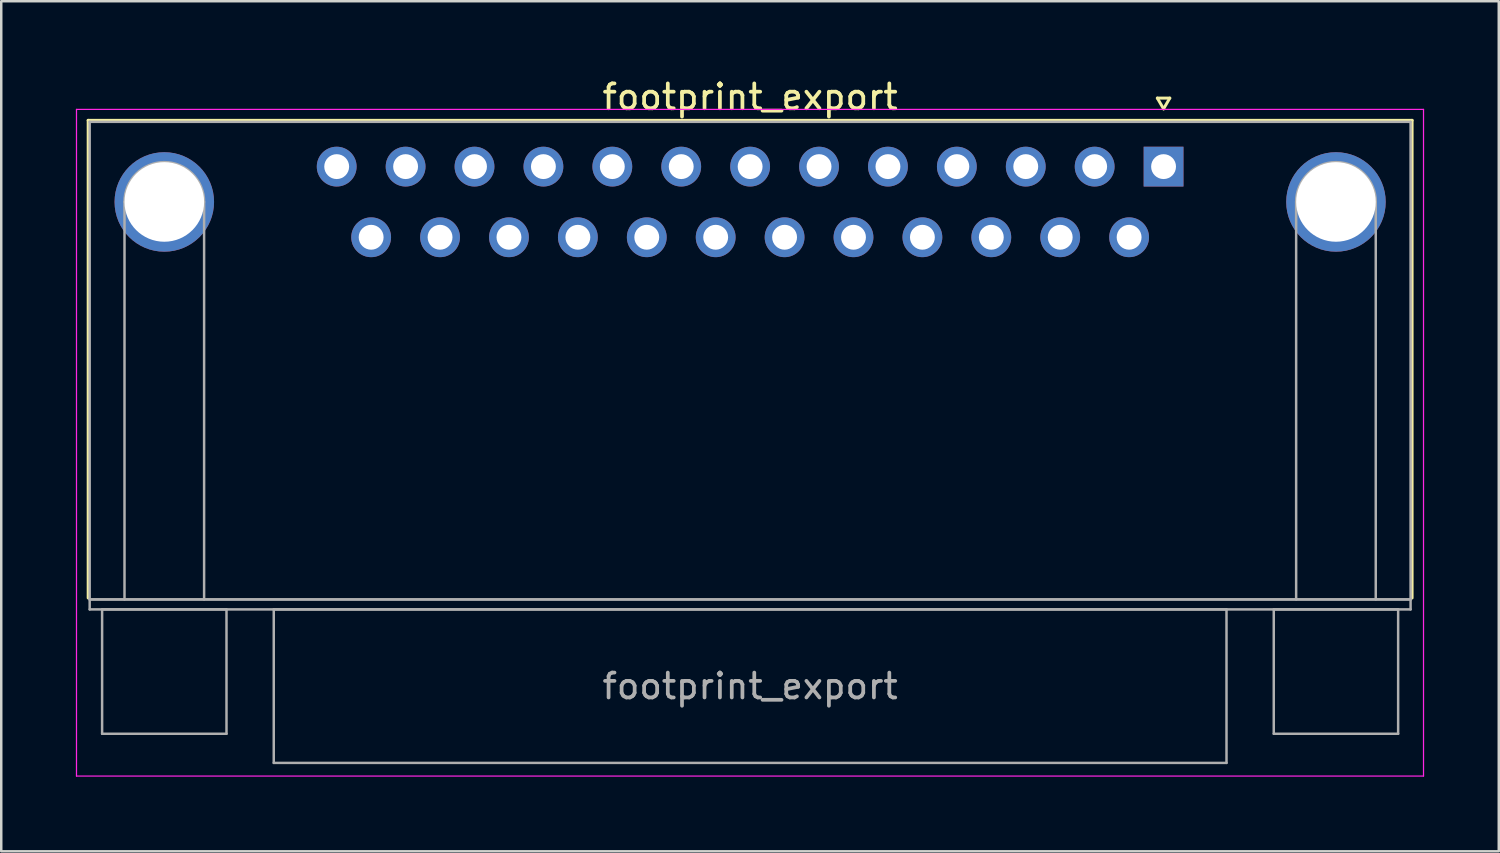
<source format=kicad_pcb>
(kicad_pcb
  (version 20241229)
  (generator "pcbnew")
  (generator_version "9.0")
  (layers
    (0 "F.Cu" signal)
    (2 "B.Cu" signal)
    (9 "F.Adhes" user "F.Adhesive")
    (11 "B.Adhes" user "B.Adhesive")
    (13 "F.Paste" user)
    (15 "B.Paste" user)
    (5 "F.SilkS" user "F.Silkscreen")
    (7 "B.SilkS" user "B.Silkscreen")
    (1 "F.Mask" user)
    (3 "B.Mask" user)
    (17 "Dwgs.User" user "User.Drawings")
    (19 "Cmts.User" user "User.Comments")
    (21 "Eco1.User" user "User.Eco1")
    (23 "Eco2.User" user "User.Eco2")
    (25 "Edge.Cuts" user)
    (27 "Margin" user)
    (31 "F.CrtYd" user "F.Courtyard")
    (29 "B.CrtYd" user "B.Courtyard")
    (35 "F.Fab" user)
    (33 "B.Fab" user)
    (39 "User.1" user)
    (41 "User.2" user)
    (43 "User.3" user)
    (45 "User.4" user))
  (footprint "footprint_export"
    (layer "F.Cu")
    (at 43.725 3.648)
    (property "Reference" "footprint_export" (at -16.62 -2.8 0) (layer "F.SilkS") (effects (font (size 1 1) (thickness 0.15))))
    (attr through_hole)
    (fp_line (start -43.23 -1.86) (end 9.99 -1.86) (stroke (width 0.12) (type solid)) (layer "F.SilkS"))
    (fp_line (start -43.23 17.34) (end -43.23 -1.86) (stroke (width 0.12) (type solid)) (layer "F.SilkS"))
    (fp_line (start -0.25 -2.754) (end 0.25 -2.754) (stroke (width 0.12) (type solid)) (layer "F.SilkS"))
    (fp_line (start 0 -2.321) (end -0.25 -2.754) (stroke (width 0.12) (type solid)) (layer "F.SilkS"))
    (fp_line (start 0.25 -2.754) (end 0 -2.321) (stroke (width 0.12) (type solid)) (layer "F.SilkS"))
    (fp_line (start 9.99 -1.86) (end 9.99 17.34) (stroke (width 0.12) (type solid)) (layer "F.SilkS"))
    (fp_line (start -43.7 -2.3) (end -43.7 24.5) (stroke (width 0.05) (type solid)) (layer "F.CrtYd"))
    (fp_line (start -43.7 24.5) (end 10.45 24.5) (stroke (width 0.05) (type solid)) (layer "F.CrtYd"))
    (fp_line (start 10.45 -2.3) (end -43.7 -2.3) (stroke (width 0.05) (type solid)) (layer "F.CrtYd"))
    (fp_line (start 10.45 24.5) (end 10.45 -2.3) (stroke (width 0.05) (type solid)) (layer "F.CrtYd"))
    (fp_line (start -43.17 -1.8) (end -43.17 17.4) (stroke (width 0.1) (type solid)) (layer "F.Fab"))
    (fp_line (start -43.17 17.4) (end -43.17 17.8) (stroke (width 0.1) (type solid)) (layer "F.Fab"))
    (fp_line (start -43.17 17.4) (end 9.93 17.4) (stroke (width 0.1) (type solid)) (layer "F.Fab"))
    (fp_line (start -43.17 17.8) (end 9.93 17.8) (stroke (width 0.1) (type solid)) (layer "F.Fab"))
    (fp_line (start -42.67 17.8) (end -42.67 22.8) (stroke (width 0.1) (type solid)) (layer "F.Fab"))
    (fp_line (start -42.67 22.8) (end -37.67 22.8) (stroke (width 0.1) (type solid)) (layer "F.Fab"))
    (fp_line (start -41.77 17.4) (end -41.77 1.42) (stroke (width 0.1) (type solid)) (layer "F.Fab"))
    (fp_line (start -38.57 17.4) (end -38.57 1.42) (stroke (width 0.1) (type solid)) (layer "F.Fab"))
    (fp_line (start -37.67 17.8) (end -42.67 17.8) (stroke (width 0.1) (type solid)) (layer "F.Fab"))
    (fp_line (start -37.67 22.8) (end -37.67 17.8) (stroke (width 0.1) (type solid)) (layer "F.Fab"))
    (fp_line (start -35.77 17.8) (end -35.77 23.97) (stroke (width 0.1) (type solid)) (layer "F.Fab"))
    (fp_line (start -35.77 23.97) (end 2.53 23.97) (stroke (width 0.1) (type solid)) (layer "F.Fab"))
    (fp_line (start 2.53 17.8) (end -35.77 17.8) (stroke (width 0.1) (type solid)) (layer "F.Fab"))
    (fp_line (start 2.53 23.97) (end 2.53 17.8) (stroke (width 0.1) (type solid)) (layer "F.Fab"))
    (fp_line (start 4.43 17.8) (end 4.43 22.8) (stroke (width 0.1) (type solid)) (layer "F.Fab"))
    (fp_line (start 4.43 22.8) (end 9.43 22.8) (stroke (width 0.1) (type solid)) (layer "F.Fab"))
    (fp_line (start 5.33 17.4) (end 5.33 1.42) (stroke (width 0.1) (type solid)) (layer "F.Fab"))
    (fp_line (start 8.53 17.4) (end 8.53 1.42) (stroke (width 0.1) (type solid)) (layer "F.Fab"))
    (fp_line (start 9.43 17.8) (end 4.43 17.8) (stroke (width 0.1) (type solid)) (layer "F.Fab"))
    (fp_line (start 9.43 22.8) (end 9.43 17.8) (stroke (width 0.1) (type solid)) (layer "F.Fab"))
    (fp_line (start 9.93 -1.8) (end -43.17 -1.8) (stroke (width 0.1) (type solid)) (layer "F.Fab"))
    (fp_line (start 9.93 17.4) (end -43.17 17.4) (stroke (width 0.1) (type solid)) (layer "F.Fab"))
    (fp_line (start 9.93 17.4) (end 9.93 -1.8) (stroke (width 0.1) (type solid)) (layer "F.Fab"))
    (fp_line (start 9.93 17.8) (end 9.93 17.4) (stroke (width 0.1) (type solid)) (layer "F.Fab"))
    (fp_arc (start -41.77 1.42) (mid -40.17 -0.18) (end -38.57 1.42) (stroke (width 0.1) (type solid)) (layer "F.Fab"))
    (fp_arc (start 5.33 1.42) (mid 6.93 -0.18) (end 8.53 1.42) (stroke (width 0.1) (type solid)) (layer "F.Fab"))
    (fp_text user "${REFERENCE}" (at -16.62 20.885 0) (layer "F.Fab") (effects (font (size 1 1) (thickness 0.15))))
    (pad "0" thru_hole circle (at -40.17 1.42) (size 4 4) (drill 3.2) (layers "*.Cu" "*.Mask"))
    (pad "0" thru_hole circle (at 6.93 1.42) (size 4 4) (drill 3.2) (layers "*.Cu" "*.Mask"))
    (pad "1" thru_hole rect (at 0 0) (size 1.6 1.6) (drill 1) (layers "*.Cu" "*.Mask"))
    (pad "2" thru_hole circle (at -2.77 0) (size 1.6 1.6) (drill 1) (layers "*.Cu" "*.Mask"))
    (pad "3" thru_hole circle (at -5.54 0) (size 1.6 1.6) (drill 1) (layers "*.Cu" "*.Mask"))
    (pad "4" thru_hole circle (at -8.31 0) (size 1.6 1.6) (drill 1) (layers "*.Cu" "*.Mask"))
    (pad "5" thru_hole circle (at -11.08 0) (size 1.6 1.6) (drill 1) (layers "*.Cu" "*.Mask"))
    (pad "6" thru_hole circle (at -13.85 0) (size 1.6 1.6) (drill 1) (layers "*.Cu" "*.Mask"))
    (pad "7" thru_hole circle (at -16.62 0) (size 1.6 1.6) (drill 1) (layers "*.Cu" "*.Mask"))
    (pad "8" thru_hole circle (at -19.39 0) (size 1.6 1.6) (drill 1) (layers "*.Cu" "*.Mask"))
    (pad "9" thru_hole circle (at -22.16 0) (size 1.6 1.6) (drill 1) (layers "*.Cu" "*.Mask"))
    (pad "10" thru_hole circle (at -24.93 0) (size 1.6 1.6) (drill 1) (layers "*.Cu" "*.Mask"))
    (pad "11" thru_hole circle (at -27.7 0) (size 1.6 1.6) (drill 1) (layers "*.Cu" "*.Mask"))
    (pad "12" thru_hole circle (at -30.47 0) (size 1.6 1.6) (drill 1) (layers "*.Cu" "*.Mask"))
    (pad "13" thru_hole circle (at -33.24 0) (size 1.6 1.6) (drill 1) (layers "*.Cu" "*.Mask"))
    (pad "14" thru_hole circle (at -1.385 2.84) (size 1.6 1.6) (drill 1) (layers "*.Cu" "*.Mask"))
    (pad "15" thru_hole circle (at -4.155 2.84) (size 1.6 1.6) (drill 1) (layers "*.Cu" "*.Mask"))
    (pad "16" thru_hole circle (at -6.925 2.84) (size 1.6 1.6) (drill 1) (layers "*.Cu" "*.Mask"))
    (pad "17" thru_hole circle (at -9.695 2.84) (size 1.6 1.6) (drill 1) (layers "*.Cu" "*.Mask"))
    (pad "18" thru_hole circle (at -12.465 2.84) (size 1.6 1.6) (drill 1) (layers "*.Cu" "*.Mask"))
    (pad "19" thru_hole circle (at -15.235 2.84) (size 1.6 1.6) (drill 1) (layers "*.Cu" "*.Mask"))
    (pad "20" thru_hole circle (at -18.005 2.84) (size 1.6 1.6) (drill 1) (layers "*.Cu" "*.Mask"))
    (pad "21" thru_hole circle (at -20.775 2.84) (size 1.6 1.6) (drill 1) (layers "*.Cu" "*.Mask"))
    (pad "22" thru_hole circle (at -23.545 2.84) (size 1.6 1.6) (drill 1) (layers "*.Cu" "*.Mask"))
    (pad "23" thru_hole circle (at -26.315 2.84) (size 1.6 1.6) (drill 1) (layers "*.Cu" "*.Mask"))
    (pad "24" thru_hole circle (at -29.085 2.84) (size 1.6 1.6) (drill 1) (layers "*.Cu" "*.Mask"))
    (pad "25" thru_hole circle (at -31.855 2.84) (size 1.6 1.6) (drill 1) (layers "*.Cu" "*.Mask")))
  (gr_rect
    (start -3 -3)
    (end 57.2 31.173)
    (stroke (width 0.1) (type default))
    (fill no)
    (layer "Edge.Cuts")))
</source>
